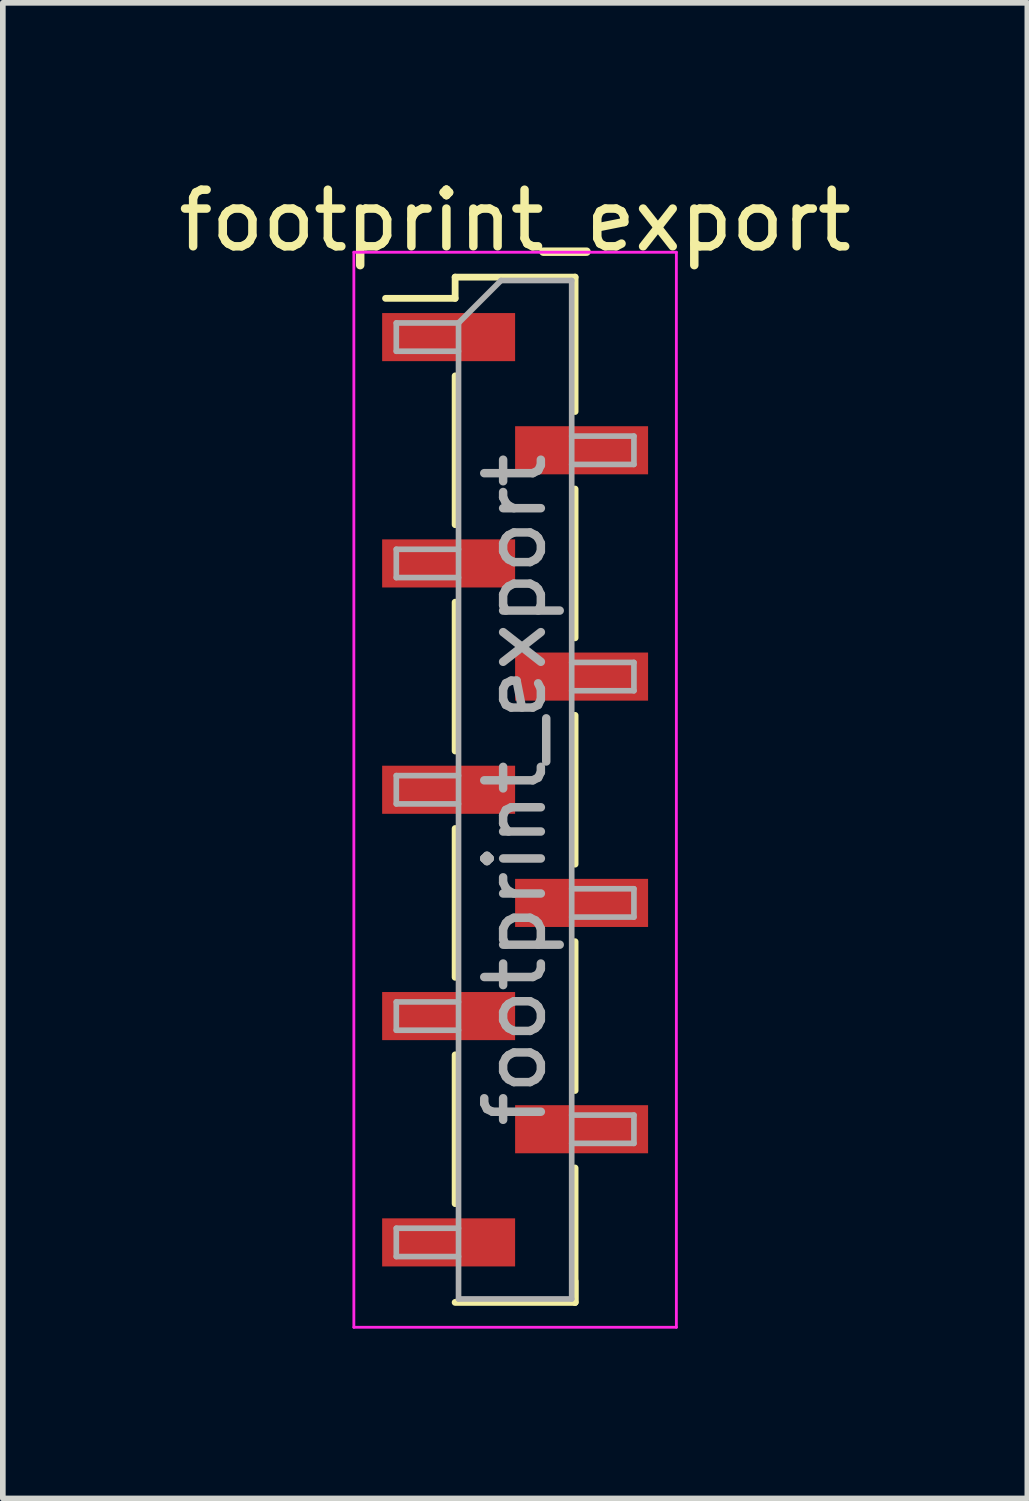
<source format=kicad_pcb>
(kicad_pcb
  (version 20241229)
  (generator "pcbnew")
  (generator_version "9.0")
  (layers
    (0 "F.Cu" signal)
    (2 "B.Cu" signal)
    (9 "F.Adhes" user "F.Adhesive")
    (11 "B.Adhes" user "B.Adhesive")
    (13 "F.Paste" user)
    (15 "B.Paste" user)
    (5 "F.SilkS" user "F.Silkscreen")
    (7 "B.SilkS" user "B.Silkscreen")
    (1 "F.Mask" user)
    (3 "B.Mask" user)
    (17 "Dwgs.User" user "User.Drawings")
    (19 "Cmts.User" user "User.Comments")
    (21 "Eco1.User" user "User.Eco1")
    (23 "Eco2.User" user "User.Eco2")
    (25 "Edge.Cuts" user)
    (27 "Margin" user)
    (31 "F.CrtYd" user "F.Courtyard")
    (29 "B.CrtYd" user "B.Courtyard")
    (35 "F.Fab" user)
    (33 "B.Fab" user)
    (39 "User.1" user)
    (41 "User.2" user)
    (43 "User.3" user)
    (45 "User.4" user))
  (footprint "footprint_export"
    (layer "F.Cu")
    (at 6.054 10.908)
    (property "Reference" "footprint_export" (at 0 -10.06 0) (layer "F.SilkS") (effects (font (size 1 1) (thickness 0.15))))
    (attr smd)
    (fp_line (start -1.06 -9.06) (end -1.06 -8.685) (stroke (width 0.12) (type solid)) (layer "F.SilkS"))
    (fp_line (start -1.06 -9.06) (end 1.06 -9.06) (stroke (width 0.12) (type solid)) (layer "F.SilkS"))
    (fp_line (start -1.06 -8.685) (end -2.29 -8.685) (stroke (width 0.12) (type solid)) (layer "F.SilkS"))
    (fp_line (start -1.06 -7.315) (end -1.06 -4.685) (stroke (width 0.12) (type solid)) (layer "F.SilkS"))
    (fp_line (start -1.06 -3.315) (end -1.06 -0.685) (stroke (width 0.12) (type solid)) (layer "F.SilkS"))
    (fp_line (start -1.06 0.685) (end -1.06 3.315) (stroke (width 0.12) (type solid)) (layer "F.SilkS"))
    (fp_line (start -1.06 4.685) (end -1.06 7.315) (stroke (width 0.12) (type solid)) (layer "F.SilkS"))
    (fp_line (start -1.06 9.06) (end 1.06 9.06) (stroke (width 0.12) (type solid)) (layer "F.SilkS"))
    (fp_line (start 1.06 -9.06) (end 1.06 -6.685) (stroke (width 0.12) (type solid)) (layer "F.SilkS"))
    (fp_line (start 1.06 -5.315) (end 1.06 -2.685) (stroke (width 0.12) (type solid)) (layer "F.SilkS"))
    (fp_line (start 1.06 -1.315) (end 1.06 1.315) (stroke (width 0.12) (type solid)) (layer "F.SilkS"))
    (fp_line (start 1.06 2.685) (end 1.06 5.315) (stroke (width 0.12) (type solid)) (layer "F.SilkS"))
    (fp_line (start 1.06 6.685) (end 1.06 9.06) (stroke (width 0.12) (type solid)) (layer "F.SilkS"))
    (fp_line (start 1.06 8.685) (end 1.06 9.06) (stroke (width 0.12) (type solid)) (layer "F.SilkS"))
    (fp_line (start -2.85 -9.5) (end -2.85 9.5) (stroke (width 0.05) (type solid)) (layer "F.CrtYd"))
    (fp_line (start -2.85 9.5) (end 2.85 9.5) (stroke (width 0.05) (type solid)) (layer "F.CrtYd"))
    (fp_line (start 2.85 -9.5) (end -2.85 -9.5) (stroke (width 0.05) (type solid)) (layer "F.CrtYd"))
    (fp_line (start 2.85 9.5) (end 2.85 -9.5) (stroke (width 0.05) (type solid)) (layer "F.CrtYd"))
    (fp_line (start -2.1 -8.25) (end -2.1 -7.75) (stroke (width 0.1) (type solid)) (layer "F.Fab"))
    (fp_line (start -2.1 -7.75) (end -1 -7.75) (stroke (width 0.1) (type solid)) (layer "F.Fab"))
    (fp_line (start -2.1 -4.25) (end -2.1 -3.75) (stroke (width 0.1) (type solid)) (layer "F.Fab"))
    (fp_line (start -2.1 -3.75) (end -1 -3.75) (stroke (width 0.1) (type solid)) (layer "F.Fab"))
    (fp_line (start -2.1 -0.25) (end -2.1 0.25) (stroke (width 0.1) (type solid)) (layer "F.Fab"))
    (fp_line (start -2.1 0.25) (end -1 0.25) (stroke (width 0.1) (type solid)) (layer "F.Fab"))
    (fp_line (start -2.1 3.75) (end -2.1 4.25) (stroke (width 0.1) (type solid)) (layer "F.Fab"))
    (fp_line (start -2.1 4.25) (end -1 4.25) (stroke (width 0.1) (type solid)) (layer "F.Fab"))
    (fp_line (start -2.1 7.75) (end -2.1 8.25) (stroke (width 0.1) (type solid)) (layer "F.Fab"))
    (fp_line (start -2.1 8.25) (end -1 8.25) (stroke (width 0.1) (type solid)) (layer "F.Fab"))
    (fp_line (start -1 -8.25) (end -2.1 -8.25) (stroke (width 0.1) (type solid)) (layer "F.Fab"))
    (fp_line (start -1 -8.25) (end -0.25 -9) (stroke (width 0.1) (type solid)) (layer "F.Fab"))
    (fp_line (start -1 -4.25) (end -2.1 -4.25) (stroke (width 0.1) (type solid)) (layer "F.Fab"))
    (fp_line (start -1 -0.25) (end -2.1 -0.25) (stroke (width 0.1) (type solid)) (layer "F.Fab"))
    (fp_line (start -1 3.75) (end -2.1 3.75) (stroke (width 0.1) (type solid)) (layer "F.Fab"))
    (fp_line (start -1 7.75) (end -2.1 7.75) (stroke (width 0.1) (type solid)) (layer "F.Fab"))
    (fp_line (start -1 9) (end -1 -8.25) (stroke (width 0.1) (type solid)) (layer "F.Fab"))
    (fp_line (start -0.25 -9) (end 1 -9) (stroke (width 0.1) (type solid)) (layer "F.Fab"))
    (fp_line (start 1 -9) (end 1 9) (stroke (width 0.1) (type solid)) (layer "F.Fab"))
    (fp_line (start 1 -6.25) (end 2.1 -6.25) (stroke (width 0.1) (type solid)) (layer "F.Fab"))
    (fp_line (start 1 -2.25) (end 2.1 -2.25) (stroke (width 0.1) (type solid)) (layer "F.Fab"))
    (fp_line (start 1 1.75) (end 2.1 1.75) (stroke (width 0.1) (type solid)) (layer "F.Fab"))
    (fp_line (start 1 5.75) (end 2.1 5.75) (stroke (width 0.1) (type solid)) (layer "F.Fab"))
    (fp_line (start 1 9) (end -1 9) (stroke (width 0.1) (type solid)) (layer "F.Fab"))
    (fp_line (start 2.1 -6.25) (end 2.1 -5.75) (stroke (width 0.1) (type solid)) (layer "F.Fab"))
    (fp_line (start 2.1 -5.75) (end 1 -5.75) (stroke (width 0.1) (type solid)) (layer "F.Fab"))
    (fp_line (start 2.1 -2.25) (end 2.1 -1.75) (stroke (width 0.1) (type solid)) (layer "F.Fab"))
    (fp_line (start 2.1 -1.75) (end 1 -1.75) (stroke (width 0.1) (type solid)) (layer "F.Fab"))
    (fp_line (start 2.1 1.75) (end 2.1 2.25) (stroke (width 0.1) (type solid)) (layer "F.Fab"))
    (fp_line (start 2.1 2.25) (end 1 2.25) (stroke (width 0.1) (type solid)) (layer "F.Fab"))
    (fp_line (start 2.1 5.75) (end 2.1 6.25) (stroke (width 0.1) (type solid)) (layer "F.Fab"))
    (fp_line (start 2.1 6.25) (end 1 6.25) (stroke (width 0.1) (type solid)) (layer "F.Fab"))
    (fp_text user "${REFERENCE}" (at 0 0 90) (layer "F.Fab") (effects (font (size 1 1) (thickness 0.15))))
    (pad "1" smd rect (at -1.175 -8) (size 2.35 0.85) (layers "F.Cu" "F.Mask" "F.Paste"))
    (pad "2" smd rect (at 1.175 -6) (size 2.35 0.85) (layers "F.Cu" "F.Mask" "F.Paste"))
    (pad "3" smd rect (at -1.175 -4) (size 2.35 0.85) (layers "F.Cu" "F.Mask" "F.Paste"))
    (pad "4" smd rect (at 1.175 -2) (size 2.35 0.85) (layers "F.Cu" "F.Mask" "F.Paste"))
    (pad "5" smd rect (at -1.175 0) (size 2.35 0.85) (layers "F.Cu" "F.Mask" "F.Paste"))
    (pad "6" smd rect (at 1.175 2) (size 2.35 0.85) (layers "F.Cu" "F.Mask" "F.Paste"))
    (pad "7" smd rect (at -1.175 4) (size 2.35 0.85) (layers "F.Cu" "F.Mask" "F.Paste"))
    (pad "8" smd rect (at 1.175 6) (size 2.35 0.85) (layers "F.Cu" "F.Mask" "F.Paste"))
    (pad "9" smd rect (at -1.175 8) (size 2.35 0.85) (layers "F.Cu" "F.Mask" "F.Paste")))
  (gr_rect
    (start -3 -3)
    (end 15.107 23.433)
    (stroke (width 0.1) (type default))
    (fill no)
    (layer "Edge.Cuts")))
</source>
